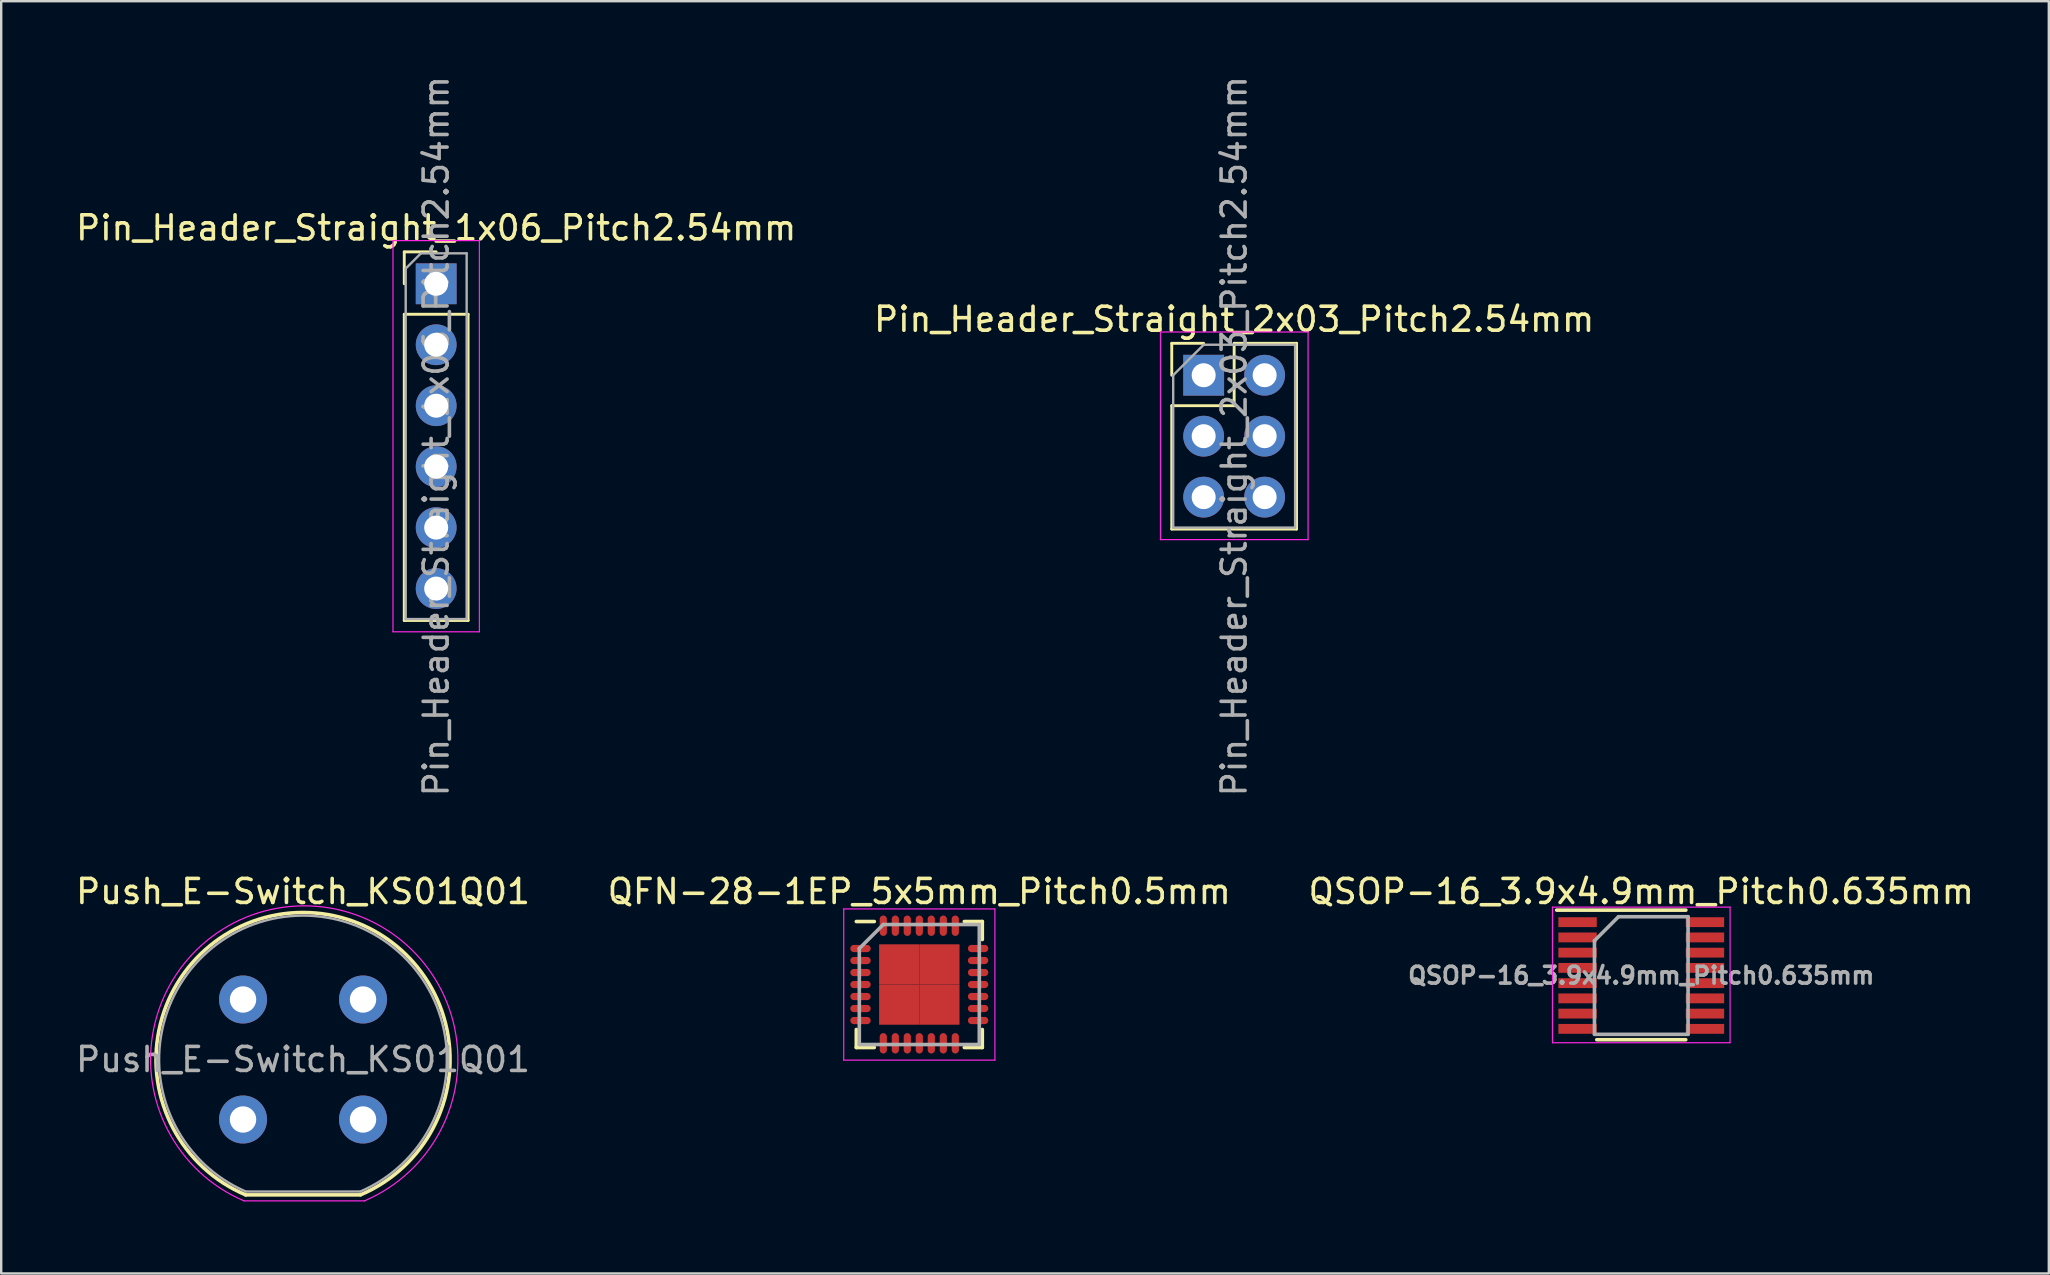
<source format=kicad_pcb>
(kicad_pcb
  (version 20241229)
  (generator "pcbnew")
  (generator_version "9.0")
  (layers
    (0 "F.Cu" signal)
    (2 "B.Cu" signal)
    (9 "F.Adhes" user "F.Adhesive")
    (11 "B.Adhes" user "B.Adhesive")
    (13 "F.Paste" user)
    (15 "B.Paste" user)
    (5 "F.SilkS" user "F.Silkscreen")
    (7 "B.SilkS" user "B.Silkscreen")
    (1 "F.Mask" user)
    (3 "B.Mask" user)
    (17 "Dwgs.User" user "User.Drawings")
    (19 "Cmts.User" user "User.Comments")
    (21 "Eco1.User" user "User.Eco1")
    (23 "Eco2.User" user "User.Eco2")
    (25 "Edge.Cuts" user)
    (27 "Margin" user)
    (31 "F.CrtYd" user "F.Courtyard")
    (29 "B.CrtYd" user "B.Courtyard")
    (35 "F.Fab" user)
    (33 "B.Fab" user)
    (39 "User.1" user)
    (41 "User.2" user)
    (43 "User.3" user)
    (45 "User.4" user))
  (footprint "Push_E-Switch_KS01Q01"
    (layer "F.Cu")
    (at 7.077 38.598)
    (property "Reference" "Push_E-Switch_KS01Q01" (at 2.5 -4.5 0) (layer "F.SilkS") (effects (font (size 1 1) (thickness 0.15))))
    (attr through_hole)
    (fp_line (start 4.89 8.14) (end 0.11 8.14) (stroke (width 0.15) (type solid)) (layer "F.SilkS"))
    (fp_arc (start 0.11 8.14) (mid 2.496283 -3.625495) (end 4.896843 8.137095) (stroke (width 0.15) (type solid)) (layer "F.SilkS"))
    (fp_line (start 0.04 8.39) (end 5.06 8.39) (stroke (width 0.05) (type solid)) (layer "F.CrtYd"))
    (fp_arc (start 0.04 8.39) (mid 2.55 -3.902515) (end 5.06 8.39) (stroke (width 0.05) (type solid)) (layer "F.CrtYd"))
    (fp_line (start 0.11 8) (end 4.89 8) (stroke (width 0.1) (type solid)) (layer "F.Fab"))
    (fp_arc (start 0.11 8) (mid 2.498654 -3.496841) (end 4.892469 7.998926) (stroke (width 0.1) (type solid)) (layer "F.Fab"))
    (fp_text user "${REFERENCE}" (at 2.5 2.5 0) (layer "F.Fab") (effects (font (size 1 1) (thickness 0.15))))
    (pad "1" thru_hole circle (at 0 0) (size 2 2) (drill 1.1) (layers "*.Cu" "*.Mask"))
    (pad "1" thru_hole circle (at 0 5) (size 2 2) (drill 1.1) (layers "*.Cu" "*.Mask"))
    (pad "2" thru_hole circle (at 5 0) (size 2 2) (drill 1.1) (layers "*.Cu" "*.Mask"))
    (pad "2" thru_hole circle (at 5 5) (size 2 2) (drill 1.1) (layers "*.Cu" "*.Mask")))
  (footprint "Pin_Header_Straight_2x03_Pitch2.54mm"
    (layer "F.Cu")
    (at 47.105 12.585)
    (property "Reference" "Pin_Header_Straight_2x03_Pitch2.54mm" (at 1.27 -2.33 0) (layer "F.SilkS") (effects (font (size 1 1) (thickness 0.15))))
    (attr through_hole)
    (fp_line (start -1.33 -1.33) (end 0 -1.33) (stroke (width 0.12) (type solid)) (layer "F.SilkS"))
    (fp_line (start -1.33 0) (end -1.33 -1.33) (stroke (width 0.12) (type solid)) (layer "F.SilkS"))
    (fp_line (start -1.33 1.27) (end -1.33 6.41) (stroke (width 0.12) (type solid)) (layer "F.SilkS"))
    (fp_line (start -1.33 1.27) (end 1.27 1.27) (stroke (width 0.12) (type solid)) (layer "F.SilkS"))
    (fp_line (start -1.33 6.41) (end 3.87 6.41) (stroke (width 0.12) (type solid)) (layer "F.SilkS"))
    (fp_line (start 1.27 -1.33) (end 3.87 -1.33) (stroke (width 0.12) (type solid)) (layer "F.SilkS"))
    (fp_line (start 1.27 1.27) (end 1.27 -1.33) (stroke (width 0.12) (type solid)) (layer "F.SilkS"))
    (fp_line (start 3.87 -1.33) (end 3.87 6.41) (stroke (width 0.12) (type solid)) (layer "F.SilkS"))
    (fp_line (start -1.8 -1.8) (end -1.8 6.85) (stroke (width 0.05) (type solid)) (layer "F.CrtYd"))
    (fp_line (start -1.8 6.85) (end 4.35 6.85) (stroke (width 0.05) (type solid)) (layer "F.CrtYd"))
    (fp_line (start 4.35 -1.8) (end -1.8 -1.8) (stroke (width 0.05) (type solid)) (layer "F.CrtYd"))
    (fp_line (start 4.35 6.85) (end 4.35 -1.8) (stroke (width 0.05) (type solid)) (layer "F.CrtYd"))
    (fp_line (start -1.27 0) (end 0 -1.27) (stroke (width 0.1) (type solid)) (layer "F.Fab"))
    (fp_line (start -1.27 6.35) (end -1.27 0) (stroke (width 0.1) (type solid)) (layer "F.Fab"))
    (fp_line (start 0 -1.27) (end 3.81 -1.27) (stroke (width 0.1) (type solid)) (layer "F.Fab"))
    (fp_line (start 3.81 -1.27) (end 3.81 6.35) (stroke (width 0.1) (type solid)) (layer "F.Fab"))
    (fp_line (start 3.81 6.35) (end -1.27 6.35) (stroke (width 0.1) (type solid)) (layer "F.Fab"))
    (fp_text user "${REFERENCE}" (at 1.27 2.54 90) (layer "F.Fab") (effects (font (size 1 1) (thickness 0.15))))
    (pad "1" thru_hole rect (at 0 0) (size 1.7 1.7) (drill 1) (layers "*.Cu" "*.Mask"))
    (pad "2" thru_hole oval (at 2.54 0) (size 1.7 1.7) (drill 1) (layers "*.Cu" "*.Mask"))
    (pad "3" thru_hole oval (at 0 2.54) (size 1.7 1.7) (drill 1) (layers "*.Cu" "*.Mask"))
    (pad "4" thru_hole oval (at 2.54 2.54) (size 1.7 1.7) (drill 1) (layers "*.Cu" "*.Mask"))
    (pad "5" thru_hole oval (at 0 5.08) (size 1.7 1.7) (drill 1) (layers "*.Cu" "*.Mask"))
    (pad "6" thru_hole oval (at 2.54 5.08) (size 1.7 1.7) (drill 1) (layers "*.Cu" "*.Mask")))
  (footprint "QSOP-16_3.9x4.9mm_Pitch0.635mm"
    (layer "F.Cu")
    (at 65.339 37.598)
    (property "Reference" "QSOP-16_3.9x4.9mm_Pitch0.635mm" (at 0 -3.5 0) (layer "F.SilkS") (effects (font (size 1 1) (thickness 0.15))))
    (attr smd)
    (fp_line (start -3.525 -2.725) (end 1.859 -2.725) (stroke (width 0.15) (type solid)) (layer "F.SilkS"))
    (fp_line (start -1.854 2.675) (end 1.854 2.675) (stroke (width 0.15) (type solid)) (layer "F.SilkS"))
    (fp_line (start -3.7 -2.85) (end -3.7 2.8) (stroke (width 0.05) (type solid)) (layer "F.CrtYd"))
    (fp_line (start -3.7 -2.85) (end 3.7 -2.85) (stroke (width 0.05) (type solid)) (layer "F.CrtYd"))
    (fp_line (start -3.7 2.8) (end 3.7 2.8) (stroke (width 0.05) (type solid)) (layer "F.CrtYd"))
    (fp_line (start 3.7 -2.85) (end 3.7 2.8) (stroke (width 0.05) (type solid)) (layer "F.CrtYd"))
    (fp_line (start -1.95 -1.45) (end -0.95 -2.45) (stroke (width 0.15) (type solid)) (layer "F.Fab"))
    (fp_line (start -1.95 2.45) (end -1.95 -1.45) (stroke (width 0.15) (type solid)) (layer "F.Fab"))
    (fp_line (start -0.95 -2.45) (end 1.95 -2.45) (stroke (width 0.15) (type solid)) (layer "F.Fab"))
    (fp_line (start 1.95 -2.45) (end 1.95 2.45) (stroke (width 0.15) (type solid)) (layer "F.Fab"))
    (fp_line (start 1.95 2.45) (end -1.95 2.45) (stroke (width 0.15) (type solid)) (layer "F.Fab"))
    (fp_text user "${REFERENCE}" (at 0 0 0) (layer "F.Fab") (effects (font (size 0.7 0.7) (thickness 0.15))))
    (pad "1" smd rect (at -2.654 -2.223) (size 1.6 0.41) (layers "F.Cu" "F.Mask" "F.Paste"))
    (pad "2" smd rect (at -2.654 -1.587) (size 1.6 0.41) (layers "F.Cu" "F.Mask" "F.Paste"))
    (pad "3" smd rect (at -2.654 -0.953) (size 1.6 0.41) (layers "F.Cu" "F.Mask" "F.Paste"))
    (pad "4" smd rect (at -2.654 -0.318) (size 1.6 0.41) (layers "F.Cu" "F.Mask" "F.Paste"))
    (pad "5" smd rect (at -2.654 0.318) (size 1.6 0.41) (layers "F.Cu" "F.Mask" "F.Paste"))
    (pad "6" smd rect (at -2.654 0.953) (size 1.6 0.41) (layers "F.Cu" "F.Mask" "F.Paste"))
    (pad "7" smd rect (at -2.654 1.587) (size 1.6 0.41) (layers "F.Cu" "F.Mask" "F.Paste"))
    (pad "8" smd rect (at -2.654 2.223) (size 1.6 0.41) (layers "F.Cu" "F.Mask" "F.Paste"))
    (pad "9" smd rect (at 2.654 2.223) (size 1.6 0.41) (layers "F.Cu" "F.Mask" "F.Paste"))
    (pad "10" smd rect (at 2.654 1.587) (size 1.6 0.41) (layers "F.Cu" "F.Mask" "F.Paste"))
    (pad "11" smd rect (at 2.654 0.953) (size 1.6 0.41) (layers "F.Cu" "F.Mask" "F.Paste"))
    (pad "12" smd rect (at 2.654 0.318) (size 1.6 0.41) (layers "F.Cu" "F.Mask" "F.Paste"))
    (pad "13" smd rect (at 2.654 -0.318) (size 1.6 0.41) (layers "F.Cu" "F.Mask" "F.Paste"))
    (pad "14" smd rect (at 2.654 -0.953) (size 1.6 0.41) (layers "F.Cu" "F.Mask" "F.Paste"))
    (pad "15" smd rect (at 2.654 -1.587) (size 1.6 0.41) (layers "F.Cu" "F.Mask" "F.Paste"))
    (pad "16" smd rect (at 2.654 -2.223) (size 1.6 0.41) (layers "F.Cu" "F.Mask" "F.Paste")))
  (footprint "Pin_Header_Straight_1x06_Pitch2.54mm"
    (layer "F.Cu")
    (at 15.125 8.775)
    (property "Reference" "Pin_Header_Straight_1x06_Pitch2.54mm" (at 0 -2.33 0) (layer "F.SilkS") (effects (font (size 1 1) (thickness 0.15))))
    (attr through_hole)
    (fp_line (start -1.33 -1.33) (end 0 -1.33) (stroke (width 0.12) (type solid)) (layer "F.SilkS"))
    (fp_line (start -1.33 0) (end -1.33 -1.33) (stroke (width 0.12) (type solid)) (layer "F.SilkS"))
    (fp_line (start -1.33 1.27) (end -1.33 14.03) (stroke (width 0.12) (type solid)) (layer "F.SilkS"))
    (fp_line (start -1.33 1.27) (end 1.33 1.27) (stroke (width 0.12) (type solid)) (layer "F.SilkS"))
    (fp_line (start -1.33 14.03) (end 1.33 14.03) (stroke (width 0.12) (type solid)) (layer "F.SilkS"))
    (fp_line (start 1.33 1.27) (end 1.33 14.03) (stroke (width 0.12) (type solid)) (layer "F.SilkS"))
    (fp_line (start -1.8 -1.8) (end -1.8 14.5) (stroke (width 0.05) (type solid)) (layer "F.CrtYd"))
    (fp_line (start -1.8 14.5) (end 1.8 14.5) (stroke (width 0.05) (type solid)) (layer "F.CrtYd"))
    (fp_line (start 1.8 -1.8) (end -1.8 -1.8) (stroke (width 0.05) (type solid)) (layer "F.CrtYd"))
    (fp_line (start 1.8 14.5) (end 1.8 -1.8) (stroke (width 0.05) (type solid)) (layer "F.CrtYd"))
    (fp_line (start -1.27 -0.635) (end -0.635 -1.27) (stroke (width 0.1) (type solid)) (layer "F.Fab"))
    (fp_line (start -1.27 13.97) (end -1.27 -0.635) (stroke (width 0.1) (type solid)) (layer "F.Fab"))
    (fp_line (start -0.635 -1.27) (end 1.27 -1.27) (stroke (width 0.1) (type solid)) (layer "F.Fab"))
    (fp_line (start 1.27 -1.27) (end 1.27 13.97) (stroke (width 0.1) (type solid)) (layer "F.Fab"))
    (fp_line (start 1.27 13.97) (end -1.27 13.97) (stroke (width 0.1) (type solid)) (layer "F.Fab"))
    (fp_text user "${REFERENCE}" (at 0 6.35 90) (layer "F.Fab") (effects (font (size 1 1) (thickness 0.15))))
    (pad "1" thru_hole rect (at 0 0) (size 1.7 1.7) (drill 1) (layers "*.Cu" "*.Mask"))
    (pad "2" thru_hole oval (at 0 2.54) (size 1.7 1.7) (drill 1) (layers "*.Cu" "*.Mask"))
    (pad "3" thru_hole oval (at 0 5.08) (size 1.7 1.7) (drill 1) (layers "*.Cu" "*.Mask"))
    (pad "4" thru_hole oval (at 0 7.62) (size 1.7 1.7) (drill 1) (layers "*.Cu" "*.Mask"))
    (pad "5" thru_hole oval (at 0 10.16) (size 1.7 1.7) (drill 1) (layers "*.Cu" "*.Mask"))
    (pad "6" thru_hole oval (at 0 12.7) (size 1.7 1.7) (drill 1) (layers "*.Cu" "*.Mask")))
  (footprint "QFN-28-1EP_5x5mm_Pitch0.5mm"
    (layer "F.Cu")
    (at 35.256 37.973)
    (property "Reference" "QFN-28-1EP_5x5mm_Pitch0.5mm" (at 0 -3.875 0) (layer "F.SilkS") (effects (font (size 1 1) (thickness 0.15))))
    (attr smd)
    (fp_line (start -2.625 -2.625) (end -1.875 -2.625) (stroke (width 0.15) (type solid)) (layer "F.SilkS"))
    (fp_line (start -2.625 2.625) (end -2.625 1.875) (stroke (width 0.15) (type solid)) (layer "F.SilkS"))
    (fp_line (start -2.625 2.625) (end -1.875 2.625) (stroke (width 0.15) (type solid)) (layer "F.SilkS"))
    (fp_line (start 2.625 -2.625) (end 1.875 -2.625) (stroke (width 0.15) (type solid)) (layer "F.SilkS"))
    (fp_line (start 2.625 -2.625) (end 2.625 -1.875) (stroke (width 0.15) (type solid)) (layer "F.SilkS"))
    (fp_line (start 2.625 2.625) (end 1.875 2.625) (stroke (width 0.15) (type solid)) (layer "F.SilkS"))
    (fp_line (start 2.625 2.625) (end 2.625 1.875) (stroke (width 0.15) (type solid)) (layer "F.SilkS"))
    (fp_line (start -3.15 -3.15) (end -3.15 3.15) (stroke (width 0.05) (type solid)) (layer "F.CrtYd"))
    (fp_line (start -3.15 -3.15) (end 3.15 -3.15) (stroke (width 0.05) (type solid)) (layer "F.CrtYd"))
    (fp_line (start -3.15 3.15) (end 3.15 3.15) (stroke (width 0.05) (type solid)) (layer "F.CrtYd"))
    (fp_line (start 3.15 -3.15) (end 3.15 3.15) (stroke (width 0.05) (type solid)) (layer "F.CrtYd"))
    (fp_line (start -2.5 -1.5) (end -1.5 -2.5) (stroke (width 0.15) (type solid)) (layer "F.Fab"))
    (fp_line (start -2.5 2.5) (end -2.5 -1.5) (stroke (width 0.15) (type solid)) (layer "F.Fab"))
    (fp_line (start -1.5 -2.5) (end 2.5 -2.5) (stroke (width 0.15) (type solid)) (layer "F.Fab"))
    (fp_line (start 2.5 -2.5) (end 2.5 2.5) (stroke (width 0.15) (type solid)) (layer "F.Fab"))
    (fp_line (start 2.5 2.5) (end -2.5 2.5) (stroke (width 0.15) (type solid)) (layer "F.Fab"))
    (pad "1" smd oval (at -2.45 -1.5) (size 0.85 0.3) (layers "F.Cu" "F.Mask" "F.Paste"))
    (pad "2" smd oval (at -2.45 -1) (size 0.85 0.3) (layers "F.Cu" "F.Mask" "F.Paste"))
    (pad "3" smd oval (at -2.45 -0.5) (size 0.85 0.3) (layers "F.Cu" "F.Mask" "F.Paste"))
    (pad "4" smd oval (at -2.45 0) (size 0.85 0.3) (layers "F.Cu" "F.Mask" "F.Paste"))
    (pad "5" smd oval (at -2.45 0.5) (size 0.85 0.3) (layers "F.Cu" "F.Mask" "F.Paste"))
    (pad "6" smd oval (at -2.45 1) (size 0.85 0.3) (layers "F.Cu" "F.Mask" "F.Paste"))
    (pad "7" smd oval (at -2.45 1.5) (size 0.85 0.3) (layers "F.Cu" "F.Mask" "F.Paste"))
    (pad "8" smd oval (at -1.5 2.45 90) (size 0.85 0.3) (layers "F.Cu" "F.Mask" "F.Paste"))
    (pad "9" smd oval (at -1 2.45 90) (size 0.85 0.3) (layers "F.Cu" "F.Mask" "F.Paste"))
    (pad "10" smd oval (at -0.5 2.45 90) (size 0.85 0.3) (layers "F.Cu" "F.Mask" "F.Paste"))
    (pad "11" smd oval (at 0 2.45 90) (size 0.85 0.3) (layers "F.Cu" "F.Mask" "F.Paste"))
    (pad "12" smd oval (at 0.5 2.45 90) (size 0.85 0.3) (layers "F.Cu" "F.Mask" "F.Paste"))
    (pad "13" smd oval (at 1 2.45 90) (size 0.85 0.3) (layers "F.Cu" "F.Mask" "F.Paste"))
    (pad "14" smd oval (at 1.5 2.45 90) (size 0.85 0.3) (layers "F.Cu" "F.Mask" "F.Paste"))
    (pad "15" smd oval (at 2.45 1.5) (size 0.85 0.3) (layers "F.Cu" "F.Mask" "F.Paste"))
    (pad "16" smd oval (at 2.45 1) (size 0.85 0.3) (layers "F.Cu" "F.Mask" "F.Paste"))
    (pad "17" smd oval (at 2.45 0.5) (size 0.85 0.3) (layers "F.Cu" "F.Mask" "F.Paste"))
    (pad "18" smd oval (at 2.45 0) (size 0.85 0.3) (layers "F.Cu" "F.Mask" "F.Paste"))
    (pad "19" smd oval (at 2.45 -0.5) (size 0.85 0.3) (layers "F.Cu" "F.Mask" "F.Paste"))
    (pad "20" smd oval (at 2.45 -1) (size 0.85 0.3) (layers "F.Cu" "F.Mask" "F.Paste"))
    (pad "21" smd oval (at 2.45 -1.5) (size 0.85 0.3) (layers "F.Cu" "F.Mask" "F.Paste"))
    (pad "22" smd oval (at 1.5 -2.45 90) (size 0.85 0.3) (layers "F.Cu" "F.Mask" "F.Paste"))
    (pad "23" smd oval (at 1 -2.45 90) (size 0.85 0.3) (layers "F.Cu" "F.Mask" "F.Paste"))
    (pad "24" smd oval (at 0.5 -2.45 90) (size 0.85 0.3) (layers "F.Cu" "F.Mask" "F.Paste"))
    (pad "25" smd oval (at 0 -2.45 90) (size 0.85 0.3) (layers "F.Cu" "F.Mask" "F.Paste"))
    (pad "26" smd oval (at -0.5 -2.45 90) (size 0.85 0.3) (layers "F.Cu" "F.Mask" "F.Paste"))
    (pad "27" smd oval (at -1 -2.45 90) (size 0.85 0.3) (layers "F.Cu" "F.Mask" "F.Paste"))
    (pad "28" smd oval (at -1.5 -2.45 90) (size 0.85 0.3) (layers "F.Cu" "F.Mask" "F.Paste"))
    (pad "29" smd rect (at -0.838 -0.838) (size 1.675 1.675) (layers "F.Cu" "F.Mask" "F.Paste"))
    (pad "29" smd rect (at -0.838 0.838) (size 1.675 1.675) (layers "F.Cu" "F.Mask" "F.Paste"))
    (pad "29" smd rect (at 0.838 -0.838) (size 1.675 1.675) (layers "F.Cu" "F.Mask" "F.Paste"))
    (pad "29" smd rect (at 0.838 0.838) (size 1.675 1.675) (layers "F.Cu" "F.Mask" "F.Paste")))
  (gr_rect
    (start -3 -3)
    (end 82.321 50.013)
    (stroke (width 0.1) (type default))
    (fill no)
    (layer "Edge.Cuts")))
</source>
